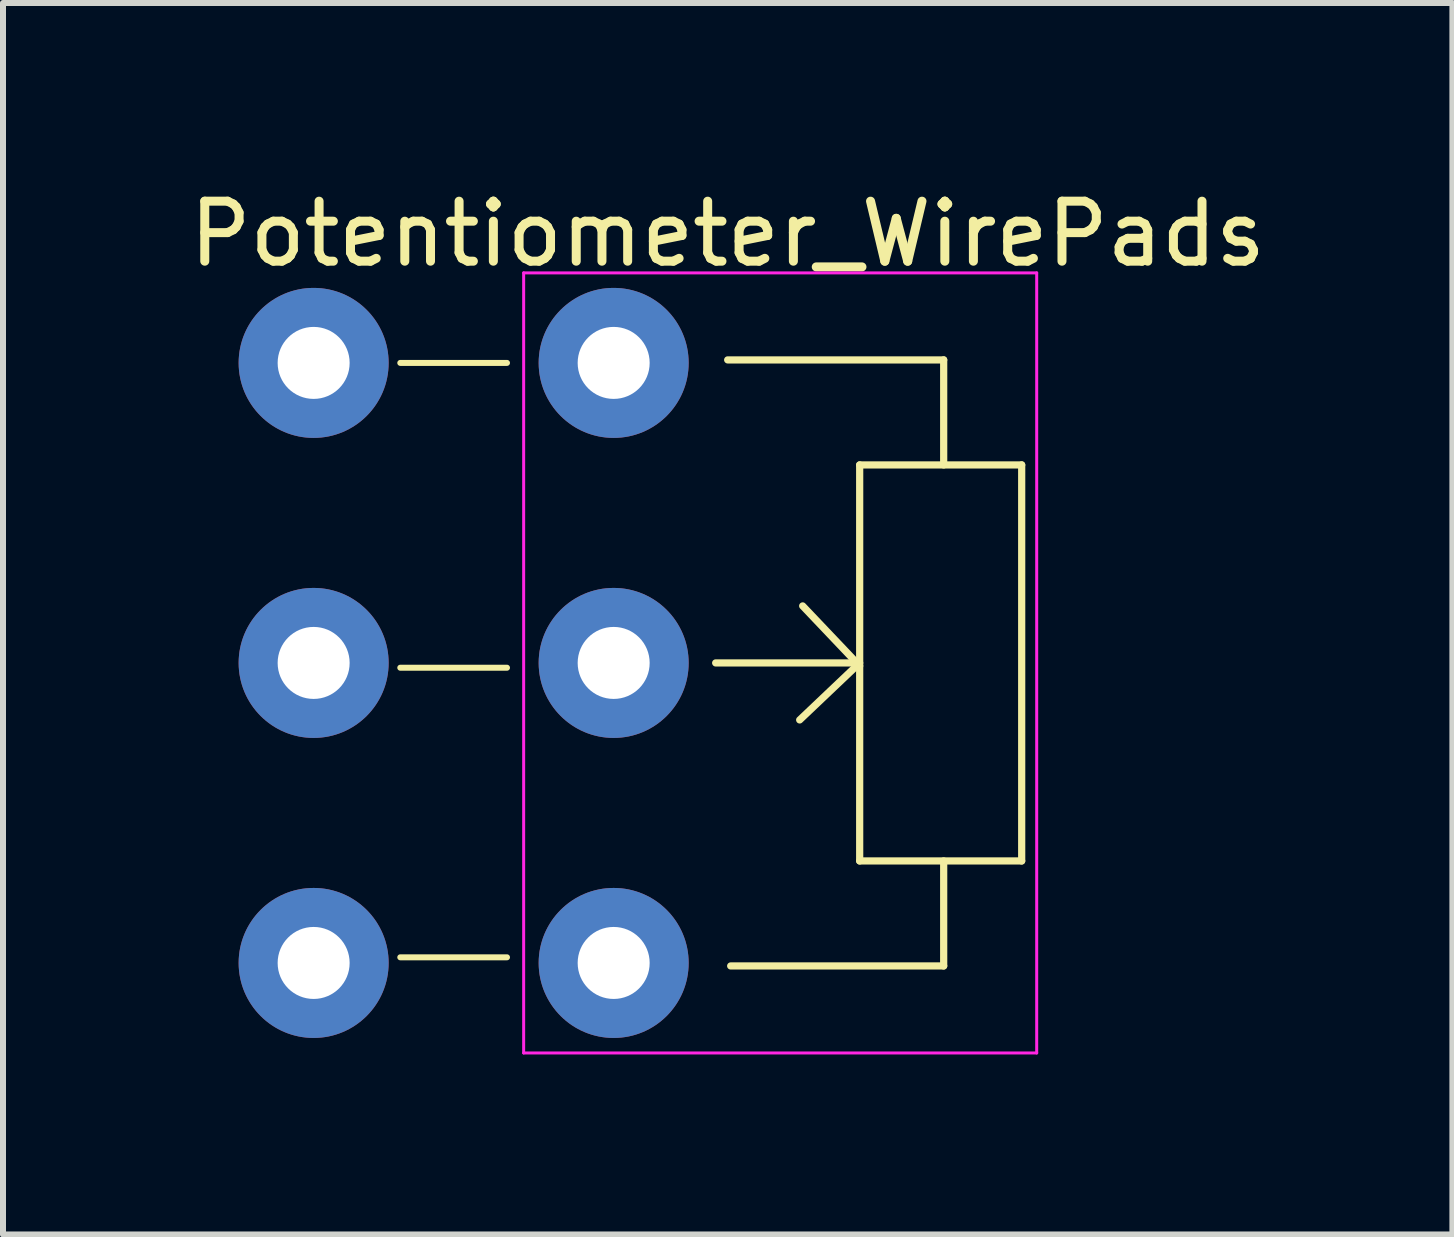
<source format=kicad_pcb>
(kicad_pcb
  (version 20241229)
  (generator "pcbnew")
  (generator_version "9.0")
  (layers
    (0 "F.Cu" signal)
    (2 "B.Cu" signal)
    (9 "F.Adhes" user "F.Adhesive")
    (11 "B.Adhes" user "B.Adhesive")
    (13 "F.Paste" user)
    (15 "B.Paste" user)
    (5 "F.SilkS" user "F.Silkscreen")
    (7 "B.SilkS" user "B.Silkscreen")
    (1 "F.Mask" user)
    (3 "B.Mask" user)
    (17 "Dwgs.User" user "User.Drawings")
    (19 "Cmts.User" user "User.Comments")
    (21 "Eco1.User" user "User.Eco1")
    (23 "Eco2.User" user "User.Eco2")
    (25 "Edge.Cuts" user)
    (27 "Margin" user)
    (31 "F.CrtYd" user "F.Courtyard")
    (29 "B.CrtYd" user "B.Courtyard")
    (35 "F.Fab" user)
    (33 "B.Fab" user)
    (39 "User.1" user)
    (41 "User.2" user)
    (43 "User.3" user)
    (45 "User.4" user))
  (footprint "Potentiometer_WirePads"
    (layer "F.Cu")
    (at 7.177 2.998)
    (property "Reference" "Potentiometer_WirePads" (at 1.9 -2.15 0) (layer "F.SilkS") (effects (font (size 1 1) (thickness 0.15))))
    (attr through_hole)
    (fp_line (start -1.778 0) (end -3.556 0) (stroke (width 0.1) (type solid)) (layer "F.SilkS"))
    (fp_line (start -1.778 5.08) (end -3.556 5.08) (stroke (width 0.1) (type solid)) (layer "F.SilkS"))
    (fp_line (start -1.778 9.906) (end -3.556 9.906) (stroke (width 0.1) (type solid)) (layer "F.SilkS"))
    (fp_line (start 4.05 5) (end 1.7 5) (stroke (width 0.12) (type solid)) (layer "F.SilkS"))
    (fp_line (start 4.1 1.7) (end 6.8 1.7) (stroke (width 0.12) (type solid)) (layer "F.SilkS"))
    (fp_line (start 4.1 5) (end 3.1 5.95) (stroke (width 0.12) (type solid)) (layer "F.SilkS"))
    (fp_line (start 4.1 5.05) (end 3.15 4.05) (stroke (width 0.12) (type solid)) (layer "F.SilkS"))
    (fp_line (start 4.1 8.3) (end 4.1 1.7) (stroke (width 0.12) (type solid)) (layer "F.SilkS"))
    (fp_line (start 5.5 -0.05) (end 1.9 -0.05) (stroke (width 0.12) (type solid)) (layer "F.SilkS"))
    (fp_line (start 5.5 1.7) (end 5.5 -0.05) (stroke (width 0.12) (type solid)) (layer "F.SilkS"))
    (fp_line (start 5.5 8.3) (end 5.5 10.05) (stroke (width 0.12) (type solid)) (layer "F.SilkS"))
    (fp_line (start 5.5 10.05) (end 1.95 10.05) (stroke (width 0.12) (type solid)) (layer "F.SilkS"))
    (fp_line (start 6.8 1.7) (end 6.8 8.3) (stroke (width 0.12) (type solid)) (layer "F.SilkS"))
    (fp_line (start 6.8 8.3) (end 4.1 8.3) (stroke (width 0.12) (type solid)) (layer "F.SilkS"))
    (fp_line (start -1.5 -1.5) (end -1.5 11.5) (stroke (width 0.05) (type solid)) (layer "F.CrtYd"))
    (fp_line (start -1.5 -1.5) (end 7.05 -1.5) (stroke (width 0.05) (type solid)) (layer "F.CrtYd"))
    (fp_line (start 7.05 11.5) (end -1.5 11.5) (stroke (width 0.05) (type solid)) (layer "F.CrtYd"))
    (fp_line (start 7.05 11.5) (end 7.05 -1.5) (stroke (width 0.05) (type solid)) (layer "F.CrtYd"))
    (pad "1" thru_hole circle (at 0 0) (size 2.5 2.5) (drill 1.2) (layers "*.Cu" "*.Mask"))
    (pad "2" thru_hole circle (at 0 5) (size 2.5 2.5) (drill 1.2) (layers "*.Cu" "*.Mask"))
    (pad "3" thru_hole circle (at 0 10) (size 2.5 2.5) (drill 1.2) (layers "*.Cu" "*.Mask"))
    (pad "4" thru_hole circle (at -5 0) (size 2.5 2.5) (drill 1.2) (layers "*.Cu" "*.Mask"))
    (pad "5" thru_hole circle (at -5 5) (size 2.5 2.5) (drill 1.2) (layers "*.Cu" "*.Mask"))
    (pad "6" thru_hole circle (at -5 10) (size 2.5 2.5) (drill 1.2) (layers "*.Cu" "*.Mask")))
  (gr_rect
    (start -3 -3)
    (end 21.155 17.523)
    (stroke (width 0.1) (type default))
    (fill no)
    (layer "Edge.Cuts")))
</source>
